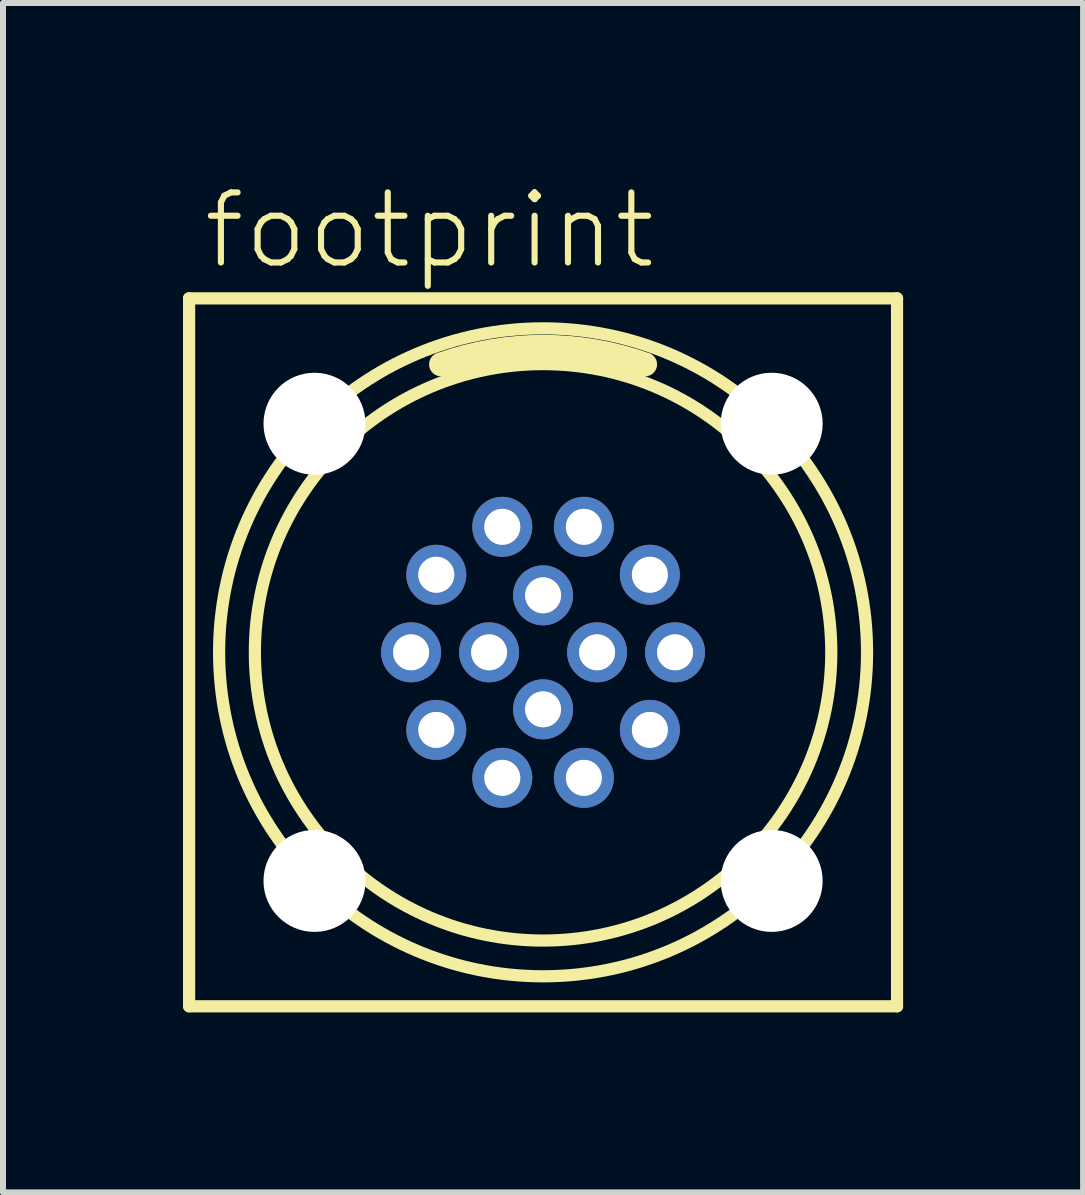
<source format=kicad_pcb>
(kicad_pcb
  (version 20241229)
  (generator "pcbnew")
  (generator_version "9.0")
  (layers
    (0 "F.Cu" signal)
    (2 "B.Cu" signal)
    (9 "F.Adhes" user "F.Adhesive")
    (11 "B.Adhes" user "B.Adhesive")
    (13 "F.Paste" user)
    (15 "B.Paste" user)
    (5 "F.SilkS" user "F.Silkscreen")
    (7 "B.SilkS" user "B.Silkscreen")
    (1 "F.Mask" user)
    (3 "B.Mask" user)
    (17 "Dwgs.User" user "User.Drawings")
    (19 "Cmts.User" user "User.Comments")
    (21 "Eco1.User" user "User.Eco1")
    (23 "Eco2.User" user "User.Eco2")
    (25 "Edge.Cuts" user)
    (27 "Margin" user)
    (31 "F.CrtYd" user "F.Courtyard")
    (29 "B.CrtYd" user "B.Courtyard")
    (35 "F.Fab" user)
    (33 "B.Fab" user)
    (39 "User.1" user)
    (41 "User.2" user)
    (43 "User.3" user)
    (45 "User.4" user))
  (footprint "footprint"
    (layer "F.Cu")
    (at 6.002 7.823)
    (property "Reference" "footprint" (at -5.715 -6.35 0) (layer "F.SilkS") (effects (font (size 1.168 1.168) (thickness 0.102)) (justify left bottom)))
    (fp_line (start -5.9 -5.9) (end 5.9 -5.9) (stroke (width 0.203) (type solid)) (layer "F.SilkS"))
    (fp_line (start -5.9 5.9) (end -5.9 -5.9) (stroke (width 0.203) (type solid)) (layer "F.SilkS"))
    (fp_line (start 5.9 -5.9) (end 5.9 5.9) (stroke (width 0.203) (type solid)) (layer "F.SilkS"))
    (fp_line (start 5.9 5.9) (end -5.9 5.9) (stroke (width 0.203) (type solid)) (layer "F.SilkS"))
    (fp_arc (start -1.7 -4.8) (mid 0 -5.092151) (end 1.7 -4.8) (stroke (width 0.4) (type solid)) (layer "F.SilkS"))
    (fp_circle (center 0 0) (end 4.804 0) (stroke (width 0.203) (type solid)) (fill no) (layer "F.SilkS"))
    (fp_circle (center 0 0) (end 5.4 0) (stroke (width 0.203) (type solid)) (fill no) (layer "F.SilkS"))
    (fp_circle (center -2.2 0) (end -2.002 0) (stroke (width 0.203) (type solid)) (fill no) (layer "F.Fab"))
    (fp_circle (center -1.78 1.293) (end -1.581 1.293) (stroke (width 0.203) (type solid)) (fill no) (layer "F.Fab"))
    (fp_circle (center -1.78 -1.293) (end -1.581 -1.293) (stroke (width 0.203) (type solid)) (fill no) (layer "F.Fab"))
    (fp_circle (center -0.9 0) (end -0.702 0) (stroke (width 0.203) (type solid)) (fill no) (layer "F.Fab"))
    (fp_circle (center -0.68 -2.092) (end -0.481 -2.092) (stroke (width 0.203) (type solid)) (fill no) (layer "F.Fab"))
    (fp_circle (center -0.68 2.092) (end -0.481 2.092) (stroke (width 0.203) (type solid)) (fill no) (layer "F.Fab"))
    (fp_circle (center 0 -0.95) (end 0.198 -0.95) (stroke (width 0.203) (type solid)) (fill no) (layer "F.Fab"))
    (fp_circle (center 0 0.95) (end 0.198 0.95) (stroke (width 0.203) (type solid)) (fill no) (layer "F.Fab"))
    (fp_circle (center 0.68 -2.092) (end 0.878 -2.092) (stroke (width 0.203) (type solid)) (fill no) (layer "F.Fab"))
    (fp_circle (center 0.68 2.092) (end 0.878 2.092) (stroke (width 0.203) (type solid)) (fill no) (layer "F.Fab"))
    (fp_circle (center 0.9 0) (end 1.098 0) (stroke (width 0.203) (type solid)) (fill no) (layer "F.Fab"))
    (fp_circle (center 1.78 1.293) (end 1.978 1.293) (stroke (width 0.203) (type solid)) (fill no) (layer "F.Fab"))
    (fp_circle (center 1.78 -1.293) (end 1.978 -1.293) (stroke (width 0.203) (type solid)) (fill no) (layer "F.Fab"))
    (fp_circle (center 2.2 0) (end 2.398 0) (stroke (width 0.203) (type solid)) (fill no) (layer "F.Fab"))
    (pad "" np_thru_hole circle (at -3.81 -3.81) (size 1.7 1.7) (drill 1.7) (layers "*.Cu" "*.Mask"))
    (pad "" np_thru_hole circle (at -3.81 3.81) (size 1.7 1.7) (drill 1.7) (layers "*.Cu" "*.Mask"))
    (pad "" np_thru_hole circle (at 3.81 -3.81) (size 1.7 1.7) (drill 1.7) (layers "*.Cu" "*.Mask"))
    (pad "" np_thru_hole circle (at 3.81 3.81) (size 1.7 1.7) (drill 1.7) (layers "*.Cu" "*.Mask"))
    (pad "1" thru_hole circle (at -0.68 -2.092 108) (size 1 1) (drill 0.6) (layers "*.Cu" "*.Mask"))
    (pad "2" thru_hole circle (at -1.78 -1.293 144) (size 1 1) (drill 0.6) (layers "*.Cu" "*.Mask"))
    (pad "3" thru_hole circle (at -2.2 0 180) (size 1 1) (drill 0.6) (layers "*.Cu" "*.Mask"))
    (pad "4" thru_hole circle (at -1.78 1.293 216) (size 1 1) (drill 0.6) (layers "*.Cu" "*.Mask"))
    (pad "5" thru_hole circle (at -0.68 2.092 252) (size 1 1) (drill 0.6) (layers "*.Cu" "*.Mask"))
    (pad "6" thru_hole circle (at 0.68 2.092 288) (size 1 1) (drill 0.6) (layers "*.Cu" "*.Mask"))
    (pad "7" thru_hole circle (at 1.78 1.293 324) (size 1 1) (drill 0.6) (layers "*.Cu" "*.Mask"))
    (pad "8" thru_hole circle (at 2.2 0) (size 1 1) (drill 0.6) (layers "*.Cu" "*.Mask"))
    (pad "9" thru_hole circle (at 1.78 -1.293 36) (size 1 1) (drill 0.6) (layers "*.Cu" "*.Mask"))
    (pad "10" thru_hole circle (at 0.68 -2.092 72) (size 1 1) (drill 0.6) (layers "*.Cu" "*.Mask"))
    (pad "11" thru_hole circle (at 0 -0.95) (size 1 1) (drill 0.6) (layers "*.Cu" "*.Mask"))
    (pad "12" thru_hole circle (at -0.9 0) (size 1 1) (drill 0.6) (layers "*.Cu" "*.Mask"))
    (pad "13" thru_hole circle (at 0 0.95 180) (size 1 1) (drill 0.6) (layers "*.Cu" "*.Mask"))
    (pad "14" thru_hole circle (at 0.9 0 180) (size 1 1) (drill 0.6) (layers "*.Cu" "*.Mask")))
  (gr_rect
    (start -3 -3)
    (end 15.003 16.825)
    (stroke (width 0.1) (type default))
    (fill no)
    (layer "Edge.Cuts")))
</source>
